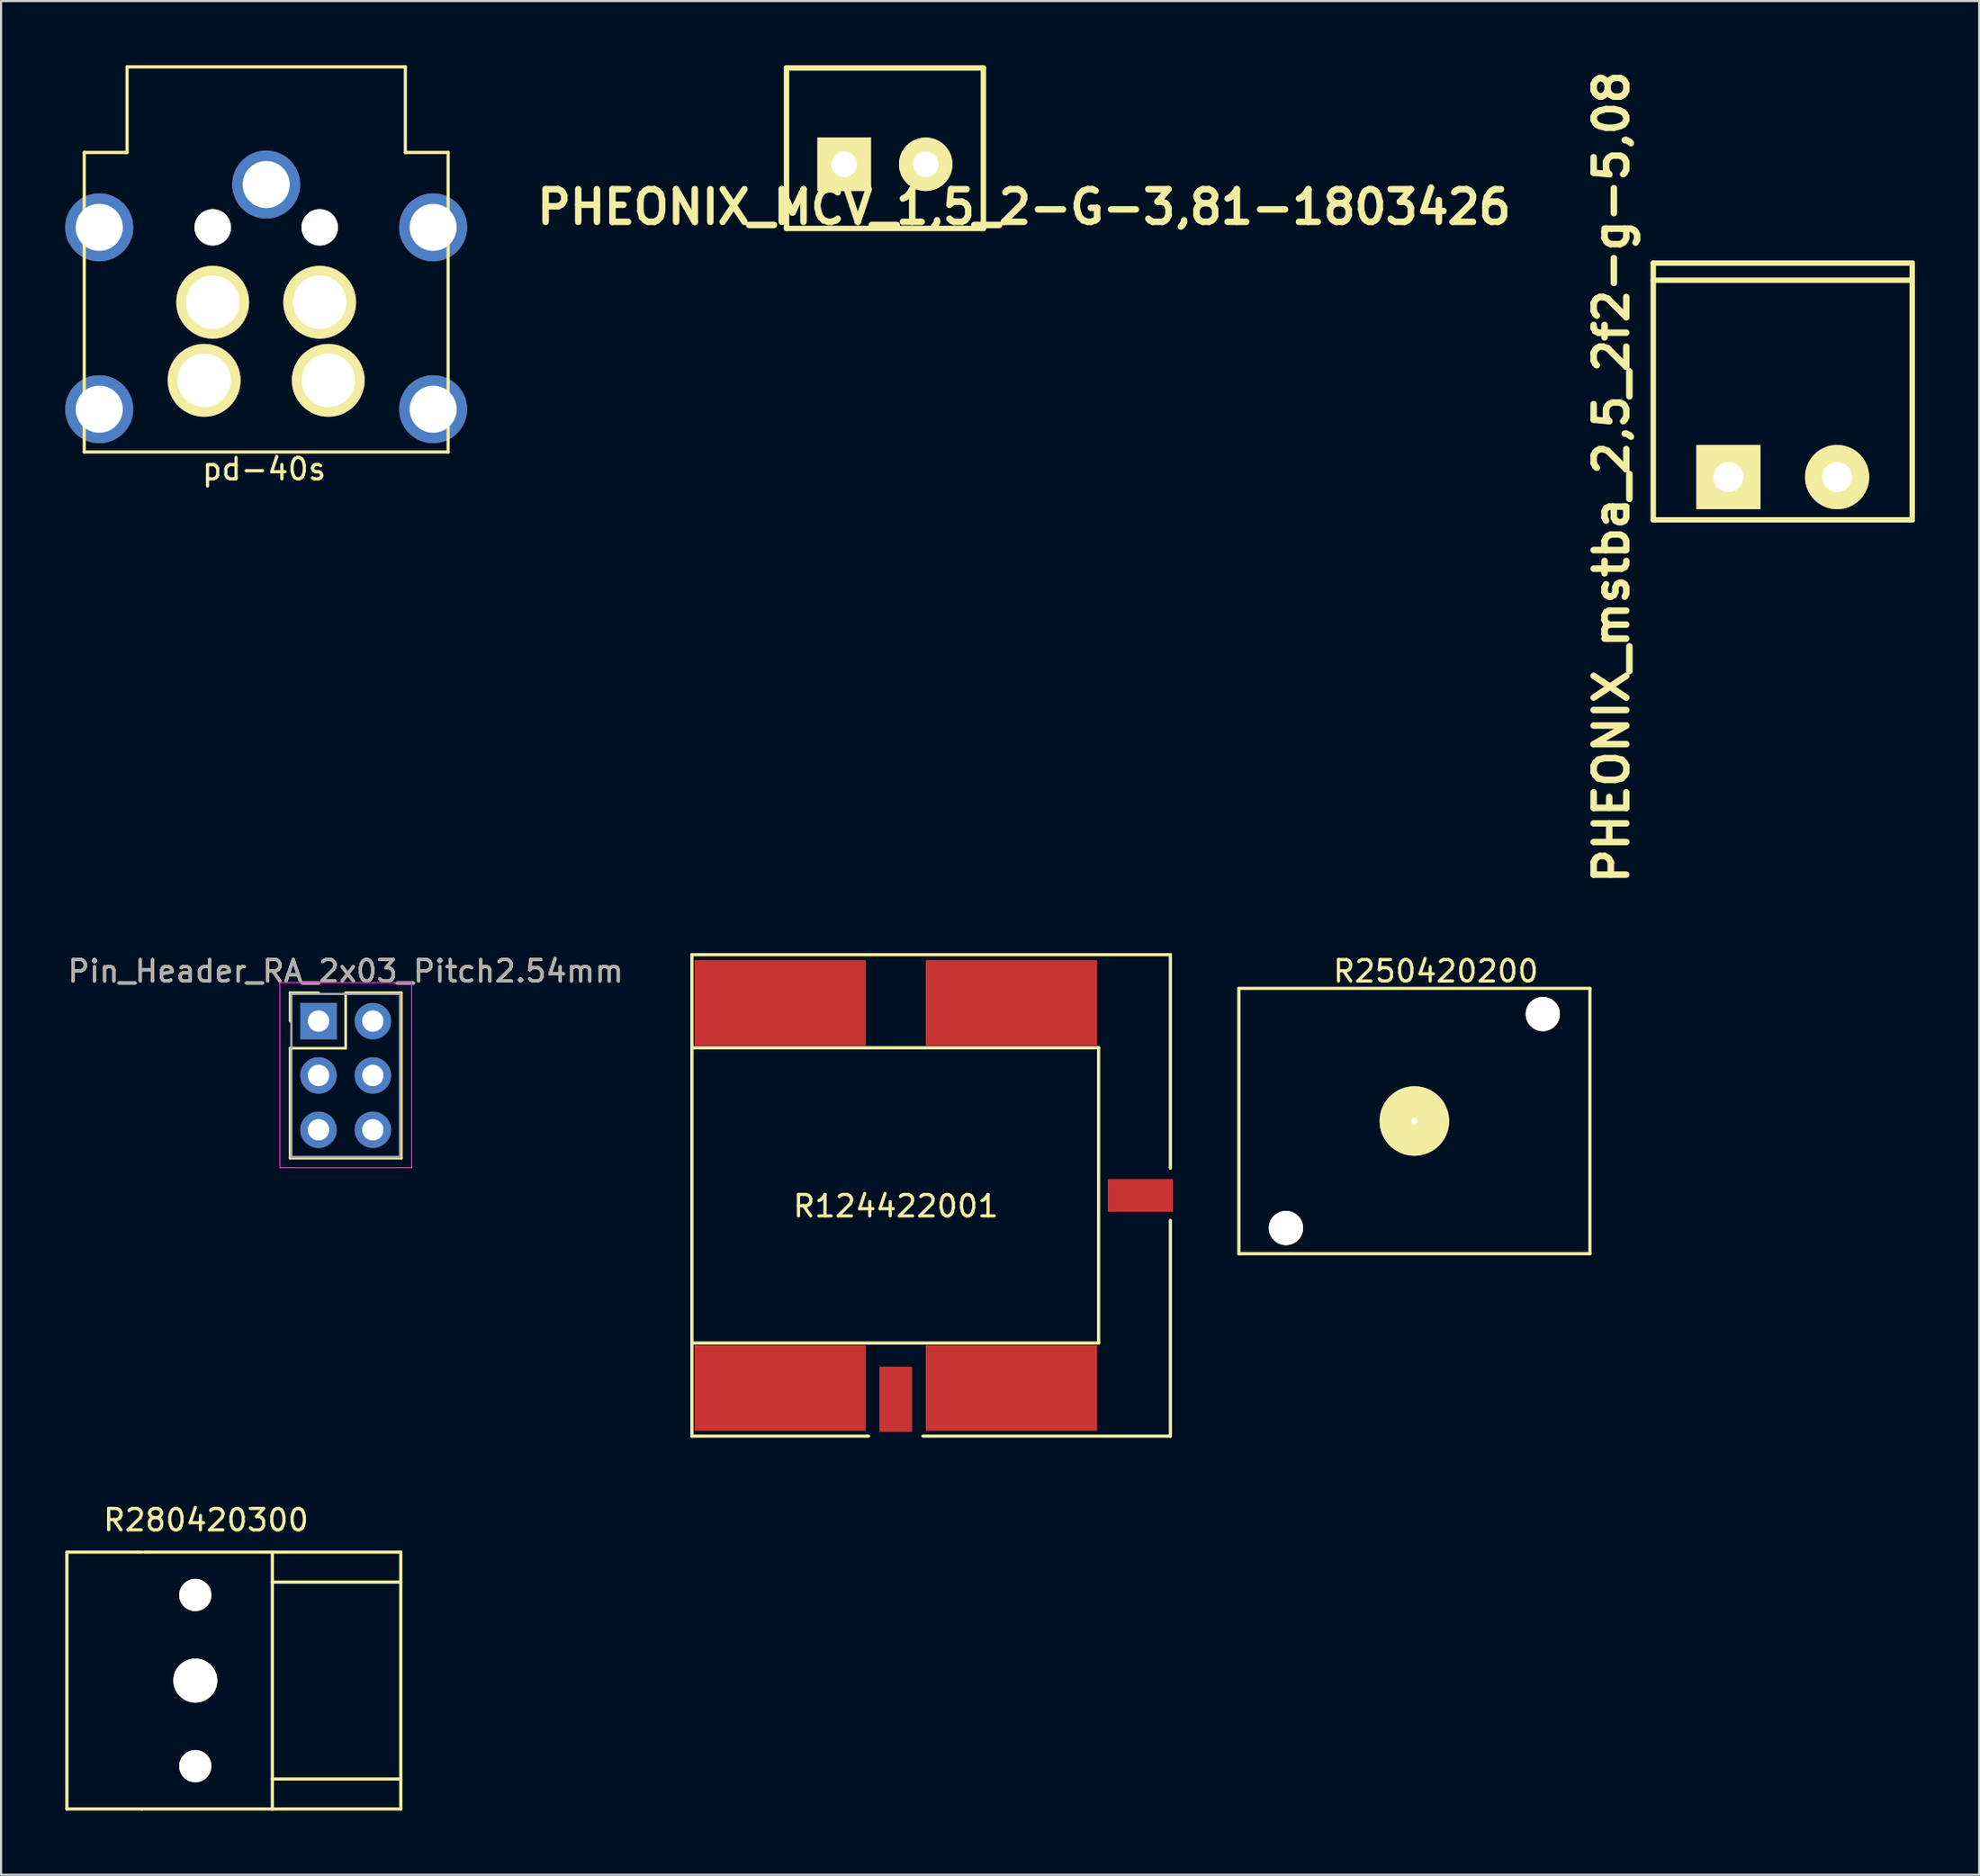
<source format=kicad_pcb>
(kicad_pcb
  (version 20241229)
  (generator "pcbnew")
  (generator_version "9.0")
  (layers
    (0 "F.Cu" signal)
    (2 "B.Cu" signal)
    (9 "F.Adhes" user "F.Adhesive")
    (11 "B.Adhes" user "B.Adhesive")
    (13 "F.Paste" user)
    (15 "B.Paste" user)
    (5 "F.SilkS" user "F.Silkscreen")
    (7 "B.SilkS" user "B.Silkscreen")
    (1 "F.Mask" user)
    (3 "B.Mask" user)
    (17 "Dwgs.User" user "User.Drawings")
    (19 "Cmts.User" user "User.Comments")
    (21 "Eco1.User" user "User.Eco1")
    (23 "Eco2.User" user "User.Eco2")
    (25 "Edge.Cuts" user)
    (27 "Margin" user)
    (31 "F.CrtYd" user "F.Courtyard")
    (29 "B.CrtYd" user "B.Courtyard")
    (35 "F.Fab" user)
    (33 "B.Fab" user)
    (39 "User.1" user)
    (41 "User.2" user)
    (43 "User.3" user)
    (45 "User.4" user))
  (footprint "R280420300"
    (layer "F.Cu")
    (at 9.075 75.49)
    (property "Reference" "R280420300" (at -2.5 -7.5 0) (layer "F.SilkS") (effects (font (size 1 1) (thickness 0.15))))
    (attr through_hole)
    (fp_line (start -9 -6) (end -9 6) (stroke (width 0.15) (type solid)) (layer "F.SilkS"))
    (fp_line (start -9 6) (end -5.5 6) (stroke (width 0.15) (type solid)) (layer "F.SilkS"))
    (fp_line (start -5.5 -6) (end -9 -6) (stroke (width 0.15) (type solid)) (layer "F.SilkS"))
    (fp_line (start -5.5 6) (end 0.6 6) (stroke (width 0.15) (type solid)) (layer "F.SilkS"))
    (fp_line (start 0.6 -6) (end -5.4 -6) (stroke (width 0.15) (type solid)) (layer "F.SilkS"))
    (fp_line (start 0.6 -6) (end 6.6 -6) (stroke (width 0.15) (type solid)) (layer "F.SilkS"))
    (fp_line (start 0.6 -4.6) (end 6.6 -4.6) (stroke (width 0.15) (type solid)) (layer "F.SilkS"))
    (fp_line (start 0.6 4.6) (end 6.6 4.6) (stroke (width 0.15) (type solid)) (layer "F.SilkS"))
    (fp_line (start 0.6 6) (end 0.6 -6) (stroke (width 0.15) (type solid)) (layer "F.SilkS"))
    (fp_line (start 6.6 -6) (end 6.6 6) (stroke (width 0.15) (type solid)) (layer "F.SilkS"))
    (fp_line (start 6.6 6) (end 0.6 6) (stroke (width 0.15) (type solid)) (layer "F.SilkS"))
    (pad "" np_thru_hole circle (at -3 -4) (size 1.5 1.5) (drill 1.5) (layers "*.Cu" "*.Mask" "F.SilkS"))
    (pad "" np_thru_hole circle (at -3 0) (size 2.05 2.05) (drill 2.05) (layers "*.Cu" "*.Mask" "F.SilkS"))
    (pad "" np_thru_hole circle (at -3 4) (size 1.5 1.5) (drill 1.5) (layers "*.Cu" "*.Mask" "F.SilkS")))
  (footprint "pd-40s"
    (layer "F.Cu")
    (at 9.387 9.075)
    (property "Reference" "pd-40s" (at -0.1 9.8 0) (layer "F.SilkS") (effects (font (size 1 1) (thickness 0.15))))
    (attr through_hole)
    (fp_line (start -8.5 -5) (end -8.5 9) (stroke (width 0.15) (type solid)) (layer "F.SilkS"))
    (fp_line (start -8.5 9) (end 8.5 9) (stroke (width 0.15) (type solid)) (layer "F.SilkS"))
    (fp_line (start -6.5 -9) (end -6.5 -5) (stroke (width 0.15) (type solid)) (layer "F.SilkS"))
    (fp_line (start -6.5 -5) (end -8.5 -5) (stroke (width 0.15) (type solid)) (layer "F.SilkS"))
    (fp_line (start 6.5 -9) (end -6.5 -9) (stroke (width 0.15) (type solid)) (layer "F.SilkS"))
    (fp_line (start 6.5 -5) (end 6.5 -9) (stroke (width 0.15) (type solid)) (layer "F.SilkS"))
    (fp_line (start 8.5 -5) (end 6.5 -5) (stroke (width 0.15) (type solid)) (layer "F.SilkS"))
    (fp_line (start 8.5 9) (end 8.5 -5) (stroke (width 0.15) (type solid)) (layer "F.SilkS"))
    (pad "" thru_hole circle (at -7.8 -1.5) (size 3.175 3.175) (drill 2.2) (layers "*.Cu" "*.Mask"))
    (pad "" thru_hole circle (at -7.8 7) (size 3.175 3.175) (drill 2.2) (layers "*.Cu" "*.Mask"))
    (pad "" np_thru_hole circle (at -2.5 -1.5) (size 1.7 1.7) (drill 1.7) (layers "*.Cu" "*.Mask" "F.SilkS"))
    (pad "" thru_hole circle (at 0 -3.5) (size 3.175 3.175) (drill 2.2) (layers "*.Cu" "*.Mask"))
    (pad "" np_thru_hole circle (at 2.5 -1.5) (size 1.7 1.7) (drill 1.7) (layers "*.Cu" "*.Mask" "F.SilkS"))
    (pad "" thru_hole circle (at 7.8 -1.5) (size 3.175 3.175) (drill 2.2) (layers "*.Cu" "*.Mask"))
    (pad "" thru_hole circle (at 7.8 7) (size 3.175 3.175) (drill 2.2) (layers "*.Cu" "*.Mask"))
    (pad "1" thru_hole circle (at 2.9 5.65) (size 3.4 3.4) (drill 2.5) (layers "*.Cu" "*.Mask" "F.SilkS"))
    (pad "2" thru_hole circle (at -2.9 5.65) (size 3.4 3.4) (drill 2.5) (layers "*.Cu" "*.Mask" "F.SilkS"))
    (pad "3" thru_hole circle (at 2.5 2) (size 3.4 3.4) (drill 2.5) (layers "*.Cu" "*.Mask" "F.SilkS"))
    (pad "4" thru_hole circle (at -2.5 2) (size 3.4 3.4) (drill 2.5) (layers "*.Cu" "*.Mask" "F.SilkS")))
  (footprint "PHEONIX_MCV_1,5_2-G-3,81-1803426"
    (layer "F.Cu")
    (at 38.295 4.627)
    (property "Reference" "PHEONIX_MCV_1,5_2-G-3,81-1803426" (at 6.5 2 180) (layer "F.SilkS") (effects (font (size 1.524 1.524) (thickness 0.305))))
    (attr through_hole)
    (fp_line (start -4.6 -4.5) (end 4.6 -4.5) (stroke (width 0.254) (type solid)) (layer "F.SilkS"))
    (fp_line (start -4.6 3) (end -4.6 -4.5) (stroke (width 0.254) (type solid)) (layer "F.SilkS"))
    (fp_line (start 4.6 3) (end -4.6 3) (stroke (width 0.254) (type solid)) (layer "F.SilkS"))
    (fp_line (start 4.6 3) (end 4.6 -4.5) (stroke (width 0.254) (type solid)) (layer "F.SilkS"))
    (pad "1" thru_hole rect (at -1.905 0) (size 2.5 2.5) (drill 1.2) (layers "*.Cu" "*.Mask" "F.SilkS"))
    (pad "2" thru_hole circle (at 1.905 0) (size 2.5 2.5) (drill 1.2) (layers "*.Cu" "*.Mask" "F.SilkS")))
  (footprint "R124422001"
    (layer "F.Cu")
    (at 38.802 52.817)
    (property "Reference" "R124422001" (at 0 0.5 0) (layer "F.SilkS") (effects (font (size 1 1) (thickness 0.15))))
    (attr through_hole)
    (fp_line (start -9.525 -11.25) (end 12.83 -11.25) (stroke (width 0.15) (type solid)) (layer "F.SilkS"))
    (fp_line (start -9.525 6.9) (end 9.475 6.9) (stroke (width 0.15) (type solid)) (layer "F.SilkS"))
    (fp_line (start -9.525 11.25) (end -9.525 -11.25) (stroke (width 0.15) (type solid)) (layer "F.SilkS"))
    (fp_line (start -1.27 11.25) (end -9.525 11.25) (stroke (width 0.15) (type solid)) (layer "F.SilkS"))
    (fp_line (start 9.475 -6.9) (end -9.525 -6.9) (stroke (width 0.15) (type solid)) (layer "F.SilkS"))
    (fp_line (start 9.475 6.9) (end 9.475 -6.9) (stroke (width 0.15) (type solid)) (layer "F.SilkS"))
    (fp_line (start 12.83 -11.25) (end 12.83 -1.27) (stroke (width 0.15) (type solid)) (layer "F.SilkS"))
    (fp_line (start 12.83 1.17) (end 12.83 11.25) (stroke (width 0.15) (type solid)) (layer "F.SilkS"))
    (fp_line (start 12.83 11.25) (end 1.27 11.25) (stroke (width 0.15) (type solid)) (layer "F.SilkS"))
    (pad "1" smd rect (at 11.43 0) (size 3.048 1.524) (layers "F.Cu" "F.Mask" "F.Paste"))
    (pad "2" smd rect (at 0 9.525) (size 1.524 3.048) (layers "F.Cu" "F.Mask" "F.Paste"))
    (pad "3" smd rect (at -5.4 -9) (size 8 4) (layers "F.Cu" "F.Mask" "F.Paste"))
    (pad "3" smd rect (at -5.4 9) (size 8 4) (layers "F.Cu" "F.Mask" "F.Paste"))
    (pad "3" smd rect (at 5.4 -9) (size 8 4) (layers "F.Cu" "F.Mask" "F.Paste"))
    (pad "3" smd rect (at 5.4 9) (size 8 4) (layers "F.Cu" "F.Mask" "F.Paste")))
  (footprint "R250420200"
    (layer "F.Cu")
    (at 63.031 49.34)
    (property "Reference" "R250420200" (at 1 -7 0) (layer "F.SilkS") (effects (font (size 1 1) (thickness 0.15))))
    (attr through_hole)
    (fp_line (start -8.2 -6.2) (end 8.2 -6.2) (stroke (width 0.15) (type solid)) (layer "F.SilkS"))
    (fp_line (start -8.2 6.2) (end -8.2 -6.2) (stroke (width 0.15) (type solid)) (layer "F.SilkS"))
    (fp_line (start 8.2 -6.2) (end 8.2 6.2) (stroke (width 0.15) (type solid)) (layer "F.SilkS"))
    (fp_line (start 8.2 6.2) (end -8.2 6.2) (stroke (width 0.15) (type solid)) (layer "F.SilkS"))
    (pad "" np_thru_hole circle (at -6 5) (size 1.6 1.6) (drill 1.6) (layers "*.Cu" "*.Mask" "F.SilkS"))
    (pad "" np_thru_hole circle (at 0 0) (size 3.25 3.25) (drill 0.3) (layers "*.Cu" "*.Mask" "F.SilkS"))
    (pad "" np_thru_hole circle (at 6 -5) (size 1.6 1.6) (drill 1.6) (layers "*.Cu" "*.Mask" "F.SilkS")))
  (footprint "Pin_Header_RA_2x03_Pitch2.54mm"
    (layer "F.Cu")
    (at 11.831 44.67)
    (property "Reference" "Pin_Header_RA_2x03_Pitch2.54mm" (at 1.27 -2.33 0) (layer "F.SilkS") (effects (font (size 1 1) (thickness 0.15))))
    (attr through_hole)
    (fp_line (start -1.33 -1.33) (end 0 -1.33) (stroke (width 0.12) (type solid)) (layer "F.SilkS"))
    (fp_line (start -1.33 0) (end -1.33 -1.33) (stroke (width 0.12) (type solid)) (layer "F.SilkS"))
    (fp_line (start -1.33 1.27) (end -1.33 6.41) (stroke (width 0.12) (type solid)) (layer "F.SilkS"))
    (fp_line (start -1.33 6.41) (end 3.87 6.41) (stroke (width 0.12) (type solid)) (layer "F.SilkS"))
    (fp_line (start 1.27 -1.33) (end 1.27 1.27) (stroke (width 0.12) (type solid)) (layer "F.SilkS"))
    (fp_line (start 1.27 1.27) (end -1.33 1.27) (stroke (width 0.12) (type solid)) (layer "F.SilkS"))
    (fp_line (start 3.87 -1.33) (end 1.27 -1.33) (stroke (width 0.12) (type solid)) (layer "F.SilkS"))
    (fp_line (start 3.87 6.41) (end 3.87 -1.33) (stroke (width 0.12) (type solid)) (layer "F.SilkS"))
    (fp_line (start -1.8 -1.8) (end -1.8 6.85) (stroke (width 0.05) (type solid)) (layer "F.CrtYd"))
    (fp_line (start -1.8 6.85) (end 4.35 6.85) (stroke (width 0.05) (type solid)) (layer "F.CrtYd"))
    (fp_line (start 4.35 -1.8) (end -1.8 -1.8) (stroke (width 0.05) (type solid)) (layer "F.CrtYd"))
    (fp_line (start 4.35 6.85) (end 4.35 -1.8) (stroke (width 0.05) (type solid)) (layer "F.CrtYd"))
    (fp_line (start -1.27 -1.27) (end -1.27 6.35) (stroke (width 0.1) (type solid)) (layer "F.Fab"))
    (fp_line (start -1.27 6.35) (end 3.81 6.35) (stroke (width 0.1) (type solid)) (layer "F.Fab"))
    (fp_line (start 3.81 -1.27) (end -1.27 -1.27) (stroke (width 0.1) (type solid)) (layer "F.Fab"))
    (fp_line (start 3.81 6.35) (end 3.81 -1.27) (stroke (width 0.1) (type solid)) (layer "F.Fab"))
    (fp_text user "${REFERENCE}" (at 1.27 -2.33 0) (layer "F.Fab") (effects (font (size 1 1) (thickness 0.15))))
    (pad "1" thru_hole rect (at 0 0) (size 1.7 1.7) (drill 1) (layers "*.Cu" "*.Mask"))
    (pad "2" thru_hole oval (at 2.54 0) (size 1.7 1.7) (drill 1) (layers "*.Cu" "*.Mask"))
    (pad "3" thru_hole oval (at 0 2.54) (size 1.7 1.7) (drill 1) (layers "*.Cu" "*.Mask"))
    (pad "4" thru_hole oval (at 2.54 2.54) (size 1.7 1.7) (drill 1) (layers "*.Cu" "*.Mask"))
    (pad "5" thru_hole oval (at 0 5.08) (size 1.7 1.7) (drill 1) (layers "*.Cu" "*.Mask"))
    (pad "6" thru_hole oval (at 2.54 5.08) (size 1.7 1.7) (drill 1) (layers "*.Cu" "*.Mask")))
  (footprint "PHEONIX_mstba_2,5_2f2-g-5,08"
    (layer "F.Cu")
    (at 80.241 19.246)
    (property "Reference" "PHEONIX_mstba_2,5_2f2-g-5,08" (at -8 0 90) (layer "F.SilkS") (effects (font (size 1.524 1.524) (thickness 0.305))))
    (attr through_hole)
    (fp_line (start -6.05 -9.2) (end 6.05 -9.2) (stroke (width 0.254) (type solid)) (layer "F.SilkS"))
    (fp_line (start -6.05 1.999) (end -6.05 -10) (stroke (width 0.254) (type solid)) (layer "F.SilkS"))
    (fp_line (start 6.05 -10) (end -6.05 -10) (stroke (width 0.254) (type solid)) (layer "F.SilkS"))
    (fp_line (start 6.05 1.999) (end -6.05 1.999) (stroke (width 0.254) (type solid)) (layer "F.SilkS"))
    (fp_line (start 6.05 1.999) (end 6.05 -10) (stroke (width 0.254) (type solid)) (layer "F.SilkS"))
    (pad "1" thru_hole rect (at -2.54 0) (size 3 3) (drill 1.4) (layers "*.Cu" "*.Mask" "F.SilkS"))
    (pad "2" thru_hole circle (at 2.54 0) (size 3 3) (drill 1.4) (layers "*.Cu" "*.Mask" "F.SilkS")))
  (gr_rect
    (start -3 -3)
    (end 89.418 84.565)
    (stroke (width 0.1) (type default))
    (fill no)
    (layer "Edge.Cuts")))
</source>
